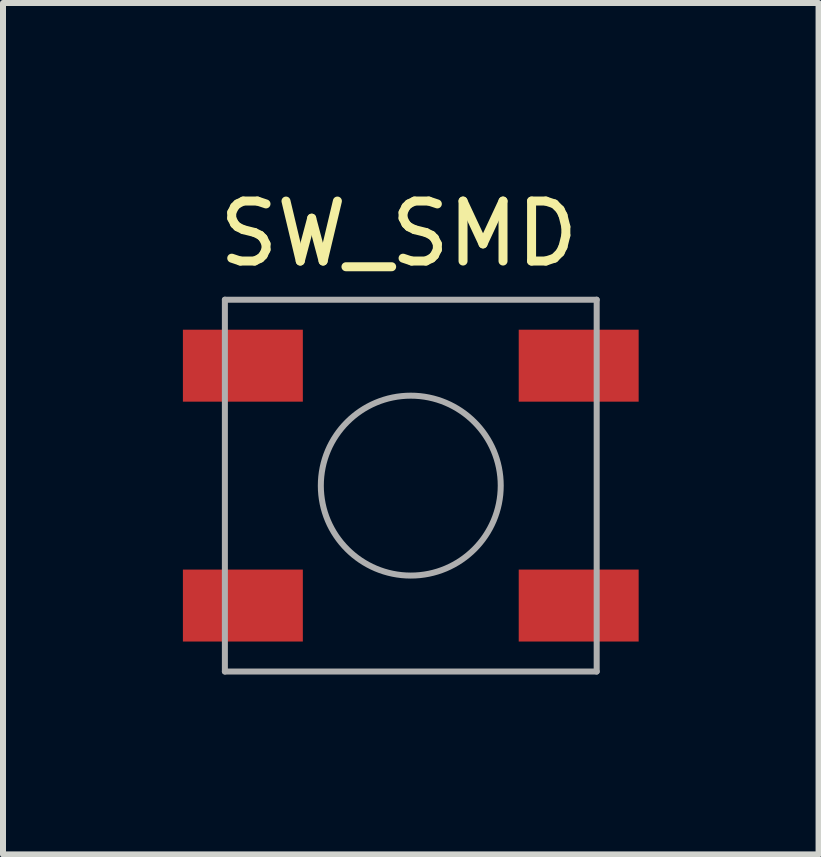
<source format=kicad_pcb>
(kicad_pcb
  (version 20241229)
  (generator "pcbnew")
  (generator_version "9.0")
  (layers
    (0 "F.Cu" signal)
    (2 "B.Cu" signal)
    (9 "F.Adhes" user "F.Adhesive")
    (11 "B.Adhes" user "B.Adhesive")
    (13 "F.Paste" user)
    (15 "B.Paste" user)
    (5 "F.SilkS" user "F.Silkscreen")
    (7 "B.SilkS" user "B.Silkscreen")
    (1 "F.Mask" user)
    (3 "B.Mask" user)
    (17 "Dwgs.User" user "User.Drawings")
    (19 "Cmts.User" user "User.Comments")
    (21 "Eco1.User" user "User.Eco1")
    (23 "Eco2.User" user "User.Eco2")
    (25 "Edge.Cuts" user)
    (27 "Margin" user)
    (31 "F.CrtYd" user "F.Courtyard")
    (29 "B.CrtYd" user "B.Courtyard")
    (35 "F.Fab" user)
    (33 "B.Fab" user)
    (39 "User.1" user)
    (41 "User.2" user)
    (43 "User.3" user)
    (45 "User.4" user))
  (footprint "SW_SMD"
    (layer "F.Cu")
    (at 3.8 5.048)
    (property "Reference" "SW_SMD" (at -0.2 -4.2 0) (layer "F.SilkS") (effects (font (size 1 1) (thickness 0.15))))
    (attr through_hole)
    (fp_line (start -3.1 -3.1) (end 3.1 -3.1) (stroke (width 0.1) (type solid)) (layer "F.Fab"))
    (fp_line (start -3.1 3.1) (end -3.1 -3.1) (stroke (width 0.1) (type solid)) (layer "F.Fab"))
    (fp_line (start 3.1 -3.1) (end 3.1 3.1) (stroke (width 0.1) (type solid)) (layer "F.Fab"))
    (fp_line (start 3.1 3.1) (end -3.1 3.1) (stroke (width 0.1) (type solid)) (layer "F.Fab"))
    (fp_circle (center 0 0) (end 1.5 0) (stroke (width 0.1) (type solid)) (fill no) (layer "F.Fab"))
    (pad "1" smd rect (at -2.8 2) (size 2 1.2) (layers "F.Cu" "F.Mask" "F.Paste"))
    (pad "1" smd rect (at 2.8 2) (size 2 1.2) (layers "F.Cu" "F.Mask" "F.Paste"))
    (pad "2" smd rect (at -2.8 -2) (size 2 1.2) (layers "F.Cu" "F.Mask" "F.Paste"))
    (pad "2" smd rect (at 2.8 -2) (size 2 1.2) (layers "F.Cu" "F.Mask" "F.Paste")))
  (gr_rect
    (start -3 -3)
    (end 10.6 11.198)
    (stroke (width 0.1) (type default))
    (fill no)
    (layer "Edge.Cuts")))
</source>
